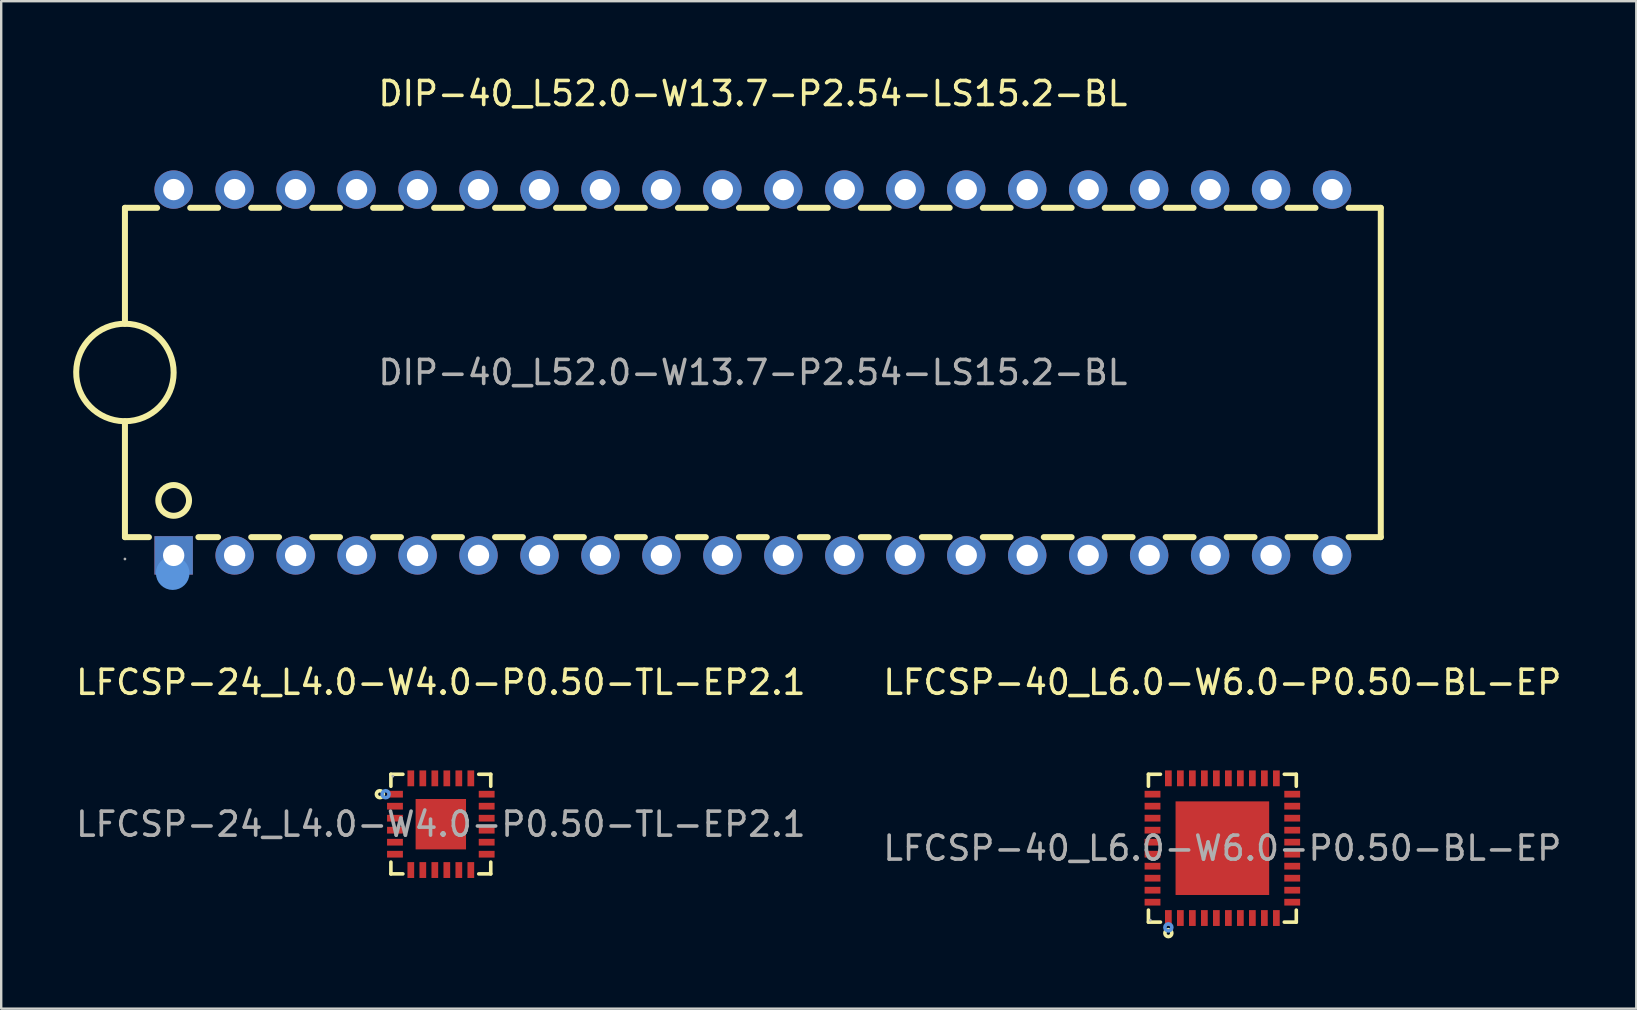
<source format=kicad_pcb>
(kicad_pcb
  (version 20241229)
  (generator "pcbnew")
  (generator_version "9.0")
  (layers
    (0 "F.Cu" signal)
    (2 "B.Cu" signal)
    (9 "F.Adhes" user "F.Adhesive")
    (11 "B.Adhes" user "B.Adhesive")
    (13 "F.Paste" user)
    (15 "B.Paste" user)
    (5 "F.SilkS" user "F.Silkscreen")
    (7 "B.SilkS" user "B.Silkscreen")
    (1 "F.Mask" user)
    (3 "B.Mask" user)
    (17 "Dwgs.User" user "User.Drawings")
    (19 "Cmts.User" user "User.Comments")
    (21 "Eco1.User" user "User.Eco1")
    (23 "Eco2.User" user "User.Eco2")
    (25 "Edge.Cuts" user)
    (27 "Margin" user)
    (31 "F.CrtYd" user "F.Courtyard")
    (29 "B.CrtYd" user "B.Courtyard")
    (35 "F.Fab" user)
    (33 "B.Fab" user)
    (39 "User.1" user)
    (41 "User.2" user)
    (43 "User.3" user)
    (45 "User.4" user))
  (footprint "LFCSP-24_L4.0-W4.0-P0.50-TL-EP2.1"
    (layer "F.Cu")
    (at 15.315 31.287)
    (property "Reference" "LFCSP-24_L4.0-W4.0-P0.50-TL-EP2.1" (at 0 -5.91 0) (layer "F.SilkS") (effects (font (size 1 1) (thickness 0.15))))
    (attr through_hole)
    (fp_line (start -2.08 -2.08) (end -2.08 -1.58) (stroke (width 0.15) (type solid)) (layer "F.SilkS"))
    (fp_line (start -2.08 2.07) (end -2.08 1.58) (stroke (width 0.15) (type solid)) (layer "F.SilkS"))
    (fp_line (start -1.58 -2.08) (end -2.08 -2.08) (stroke (width 0.15) (type solid)) (layer "F.SilkS"))
    (fp_line (start -1.58 2.07) (end -2.08 2.07) (stroke (width 0.15) (type solid)) (layer "F.SilkS"))
    (fp_line (start 1.58 -2.08) (end 2.08 -2.08) (stroke (width 0.15) (type solid)) (layer "F.SilkS"))
    (fp_line (start 1.58 2.07) (end 2.08 2.07) (stroke (width 0.15) (type solid)) (layer "F.SilkS"))
    (fp_line (start 2.08 -2.08) (end 2.08 -1.58) (stroke (width 0.15) (type solid)) (layer "F.SilkS"))
    (fp_line (start 2.08 2.07) (end 2.08 1.58) (stroke (width 0.15) (type solid)) (layer "F.SilkS"))
    (fp_circle (center -2.54 -1.25) (end -2.47 -1.25) (stroke (width 0.15) (type solid)) (fill no) (layer "F.SilkS"))
    (fp_circle (center -2.3 -1.25) (end -2.23 -1.25) (stroke (width 0.15) (type solid)) (fill no) (layer "Cmts.User"))
    (fp_circle (center -2 -2) (end -1.97 -2) (stroke (width 0.06) (type solid)) (fill no) (layer "F.Fab"))
    (fp_text user "${REFERENCE}" (at 0 0 0) (layer "F.Fab") (effects (font (size 1 1) (thickness 0.15))))
    (pad "1" smd rect (at -1.91 -1.25) (size 0.66 0.28) (layers "F.Cu" "F.Mask" "F.Paste"))
    (pad "2" smd rect (at -1.91 -0.75) (size 0.66 0.28) (layers "F.Cu" "F.Mask" "F.Paste"))
    (pad "3" smd rect (at -1.91 -0.25) (size 0.66 0.28) (layers "F.Cu" "F.Mask" "F.Paste"))
    (pad "4" smd rect (at -1.91 0.25) (size 0.66 0.28) (layers "F.Cu" "F.Mask" "F.Paste"))
    (pad "5" smd rect (at -1.91 0.75) (size 0.66 0.28) (layers "F.Cu" "F.Mask" "F.Paste"))
    (pad "6" smd rect (at -1.91 1.25) (size 0.66 0.28) (layers "F.Cu" "F.Mask" "F.Paste"))
    (pad "7" smd rect (at -1.25 1.91) (size 0.28 0.66) (layers "F.Cu" "F.Mask" "F.Paste"))
    (pad "8" smd rect (at -0.75 1.91) (size 0.28 0.66) (layers "F.Cu" "F.Mask" "F.Paste"))
    (pad "9" smd rect (at -0.25 1.91) (size 0.28 0.66) (layers "F.Cu" "F.Mask" "F.Paste"))
    (pad "10" smd rect (at 0.25 1.91) (size 0.28 0.66) (layers "F.Cu" "F.Mask" "F.Paste"))
    (pad "11" smd rect (at 0.75 1.91) (size 0.28 0.66) (layers "F.Cu" "F.Mask" "F.Paste"))
    (pad "12" smd rect (at 1.25 1.91) (size 0.28 0.66) (layers "F.Cu" "F.Mask" "F.Paste"))
    (pad "13" smd rect (at 1.91 1.25) (size 0.66 0.28) (layers "F.Cu" "F.Mask" "F.Paste"))
    (pad "14" smd rect (at 1.91 0.75) (size 0.66 0.28) (layers "F.Cu" "F.Mask" "F.Paste"))
    (pad "15" smd rect (at 1.91 0.25) (size 0.66 0.28) (layers "F.Cu" "F.Mask" "F.Paste"))
    (pad "16" smd rect (at 1.91 -0.25) (size 0.66 0.28) (layers "F.Cu" "F.Mask" "F.Paste"))
    (pad "17" smd rect (at 1.91 -0.75) (size 0.66 0.28) (layers "F.Cu" "F.Mask" "F.Paste"))
    (pad "18" smd rect (at 1.91 -1.25) (size 0.66 0.28) (layers "F.Cu" "F.Mask" "F.Paste"))
    (pad "19" smd rect (at 1.25 -1.91) (size 0.28 0.66) (layers "F.Cu" "F.Mask" "F.Paste"))
    (pad "20" smd rect (at 0.75 -1.91) (size 0.28 0.66) (layers "F.Cu" "F.Mask" "F.Paste"))
    (pad "21" smd rect (at 0.25 -1.91) (size 0.28 0.66) (layers "F.Cu" "F.Mask" "F.Paste"))
    (pad "22" smd rect (at -0.25 -1.91) (size 0.28 0.66) (layers "F.Cu" "F.Mask" "F.Paste"))
    (pad "23" smd rect (at -0.75 -1.91) (size 0.28 0.66) (layers "F.Cu" "F.Mask" "F.Paste"))
    (pad "24" smd rect (at -1.25 -1.91) (size 0.28 0.66) (layers "F.Cu" "F.Mask" "F.Paste"))
    (pad "25" smd rect (at 0 0) (size 2.1 2.1) (layers "F.Cu" "F.Mask" "F.Paste")))
  (footprint "DIP-40_L52.0-W13.7-P2.54-LS15.2-BL"
    (layer "F.Cu")
    (at 28.315 12.468)
    (property "Reference" "DIP-40_L52.0-W13.7-P2.54-LS15.2-BL" (at 0 -11.62 0) (layer "F.SilkS") (effects (font (size 1 1) (thickness 0.15))))
    (attr through_hole)
    (fp_line (start -26.16 -6.86) (end -26.16 -2.03) (stroke (width 0.25) (type solid)) (layer "F.SilkS"))
    (fp_line (start -26.16 6.86) (end -26.16 2.03) (stroke (width 0.25) (type solid)) (layer "F.SilkS"))
    (fp_line (start -26.16 6.86) (end -25.16 6.86) (stroke (width 0.25) (type solid)) (layer "F.SilkS"))
    (fp_line (start -24.82 -6.86) (end -26.16 -6.86) (stroke (width 0.25) (type solid)) (layer "F.SilkS"))
    (fp_line (start -23.1 6.86) (end -22.28 6.86) (stroke (width 0.25) (type solid)) (layer "F.SilkS"))
    (fp_line (start -22.28 -6.86) (end -23.44 -6.86) (stroke (width 0.25) (type solid)) (layer "F.SilkS"))
    (fp_line (start -20.9 6.86) (end -19.74 6.86) (stroke (width 0.25) (type solid)) (layer "F.SilkS"))
    (fp_line (start -19.74 -6.86) (end -20.9 -6.86) (stroke (width 0.25) (type solid)) (layer "F.SilkS"))
    (fp_line (start -18.36 6.86) (end -17.2 6.86) (stroke (width 0.25) (type solid)) (layer "F.SilkS"))
    (fp_line (start -17.2 -6.86) (end -18.36 -6.86) (stroke (width 0.25) (type solid)) (layer "F.SilkS"))
    (fp_line (start -15.82 6.86) (end -14.66 6.86) (stroke (width 0.25) (type solid)) (layer "F.SilkS"))
    (fp_line (start -14.66 -6.86) (end -15.82 -6.86) (stroke (width 0.25) (type solid)) (layer "F.SilkS"))
    (fp_line (start -13.28 6.86) (end -12.12 6.86) (stroke (width 0.25) (type solid)) (layer "F.SilkS"))
    (fp_line (start -12.12 -6.86) (end -13.28 -6.86) (stroke (width 0.25) (type solid)) (layer "F.SilkS"))
    (fp_line (start -10.74 6.86) (end -9.58 6.86) (stroke (width 0.25) (type solid)) (layer "F.SilkS"))
    (fp_line (start -9.58 -6.86) (end -10.74 -6.86) (stroke (width 0.25) (type solid)) (layer "F.SilkS"))
    (fp_line (start -8.2 6.86) (end -7.04 6.86) (stroke (width 0.25) (type solid)) (layer "F.SilkS"))
    (fp_line (start -7.04 -6.86) (end -8.2 -6.86) (stroke (width 0.25) (type solid)) (layer "F.SilkS"))
    (fp_line (start -5.66 6.86) (end -4.5 6.86) (stroke (width 0.25) (type solid)) (layer "F.SilkS"))
    (fp_line (start -4.5 -6.86) (end -5.66 -6.86) (stroke (width 0.25) (type solid)) (layer "F.SilkS"))
    (fp_line (start -3.12 6.86) (end -1.96 6.86) (stroke (width 0.25) (type solid)) (layer "F.SilkS"))
    (fp_line (start -1.96 -6.86) (end -3.12 -6.86) (stroke (width 0.25) (type solid)) (layer "F.SilkS"))
    (fp_line (start -0.58 6.86) (end 0.58 6.86) (stroke (width 0.25) (type solid)) (layer "F.SilkS"))
    (fp_line (start 0.58 -6.86) (end -0.58 -6.86) (stroke (width 0.25) (type solid)) (layer "F.SilkS"))
    (fp_line (start 1.96 6.86) (end 3.12 6.86) (stroke (width 0.25) (type solid)) (layer "F.SilkS"))
    (fp_line (start 3.12 -6.86) (end 1.96 -6.86) (stroke (width 0.25) (type solid)) (layer "F.SilkS"))
    (fp_line (start 4.5 6.86) (end 5.66 6.86) (stroke (width 0.25) (type solid)) (layer "F.SilkS"))
    (fp_line (start 5.66 -6.86) (end 4.5 -6.86) (stroke (width 0.25) (type solid)) (layer "F.SilkS"))
    (fp_line (start 7.04 6.86) (end 8.2 6.86) (stroke (width 0.25) (type solid)) (layer "F.SilkS"))
    (fp_line (start 8.2 -6.86) (end 7.04 -6.86) (stroke (width 0.25) (type solid)) (layer "F.SilkS"))
    (fp_line (start 9.58 6.86) (end 10.74 6.86) (stroke (width 0.25) (type solid)) (layer "F.SilkS"))
    (fp_line (start 10.74 -6.86) (end 9.58 -6.86) (stroke (width 0.25) (type solid)) (layer "F.SilkS"))
    (fp_line (start 12.12 6.86) (end 13.28 6.86) (stroke (width 0.25) (type solid)) (layer "F.SilkS"))
    (fp_line (start 13.28 -6.86) (end 12.12 -6.86) (stroke (width 0.25) (type solid)) (layer "F.SilkS"))
    (fp_line (start 14.66 6.86) (end 15.82 6.86) (stroke (width 0.25) (type solid)) (layer "F.SilkS"))
    (fp_line (start 15.82 -6.86) (end 14.66 -6.86) (stroke (width 0.25) (type solid)) (layer "F.SilkS"))
    (fp_line (start 17.2 6.86) (end 18.36 6.86) (stroke (width 0.25) (type solid)) (layer "F.SilkS"))
    (fp_line (start 18.36 -6.86) (end 17.2 -6.86) (stroke (width 0.25) (type solid)) (layer "F.SilkS"))
    (fp_line (start 19.74 6.86) (end 20.9 6.86) (stroke (width 0.25) (type solid)) (layer "F.SilkS"))
    (fp_line (start 20.9 -6.86) (end 19.74 -6.86) (stroke (width 0.25) (type solid)) (layer "F.SilkS"))
    (fp_line (start 22.28 6.86) (end 23.44 6.86) (stroke (width 0.25) (type solid)) (layer "F.SilkS"))
    (fp_line (start 23.44 -6.86) (end 22.28 -6.86) (stroke (width 0.25) (type solid)) (layer "F.SilkS"))
    (fp_line (start 24.82 6.86) (end 26.16 6.86) (stroke (width 0.25) (type solid)) (layer "F.SilkS"))
    (fp_line (start 26.16 -6.86) (end 24.82 -6.86) (stroke (width 0.25) (type solid)) (layer "F.SilkS"))
    (fp_line (start 26.16 -6.86) (end 26.16 6.86) (stroke (width 0.25) (type solid)) (layer "F.SilkS"))
    (fp_arc (start -26.195428 2.029691) (mid -26.142285 -2.029923) (end -26.16 2.03) (stroke (width 0.25) (type solid)) (layer "F.SilkS"))
    (fp_circle (center -24.13 5.33) (end -23.49 5.33) (stroke (width 0.25) (type solid)) (fill no) (layer "F.SilkS"))
    (fp_circle (center -24.17 8.36) (end -23.82 8.36) (stroke (width 0.7) (type solid)) (fill no) (layer "Cmts.User"))
    (fp_circle (center -26.16 7.77) (end -26.13 7.77) (stroke (width 0.06) (type solid)) (fill no) (layer "F.Fab"))
    (fp_text user "${REFERENCE}" (at 0 0 0) (layer "F.Fab") (effects (font (size 1 1) (thickness 0.15))))
    (pad "1" thru_hole rect (at -24.13 7.62) (size 1.6 1.6) (drill 0.889) (layers "*.Cu" "*.Paste" "*.Mask"))
    (pad "2" thru_hole circle (at -21.59 7.62) (size 1.6 1.6) (drill 0.889) (layers "*.Cu" "*.Paste" "*.Mask"))
    (pad "3" thru_hole circle (at -19.05 7.62) (size 1.6 1.6) (drill 0.889) (layers "*.Cu" "*.Paste" "*.Mask"))
    (pad "4" thru_hole circle (at -16.51 7.62) (size 1.6 1.6) (drill 0.889) (layers "*.Cu" "*.Paste" "*.Mask"))
    (pad "5" thru_hole circle (at -13.97 7.62) (size 1.6 1.6) (drill 0.889) (layers "*.Cu" "*.Paste" "*.Mask"))
    (pad "6" thru_hole circle (at -11.43 7.62) (size 1.6 1.6) (drill 0.889) (layers "*.Cu" "*.Paste" "*.Mask"))
    (pad "7" thru_hole circle (at -8.89 7.62) (size 1.6 1.6) (drill 0.889) (layers "*.Cu" "*.Paste" "*.Mask"))
    (pad "8" thru_hole circle (at -6.35 7.62) (size 1.6 1.6) (drill 0.889) (layers "*.Cu" "*.Paste" "*.Mask"))
    (pad "9" thru_hole circle (at -3.81 7.62) (size 1.6 1.6) (drill 0.889) (layers "*.Cu" "*.Paste" "*.Mask"))
    (pad "10" thru_hole circle (at -1.27 7.62) (size 1.6 1.6) (drill 0.889) (layers "*.Cu" "*.Paste" "*.Mask"))
    (pad "11" thru_hole circle (at 1.27 7.62) (size 1.6 1.6) (drill 0.889) (layers "*.Cu" "*.Paste" "*.Mask"))
    (pad "12" thru_hole circle (at 3.81 7.62) (size 1.6 1.6) (drill 0.889) (layers "*.Cu" "*.Paste" "*.Mask"))
    (pad "13" thru_hole circle (at 6.35 7.62) (size 1.6 1.6) (drill 0.889) (layers "*.Cu" "*.Paste" "*.Mask"))
    (pad "14" thru_hole circle (at 8.89 7.62) (size 1.6 1.6) (drill 0.889) (layers "*.Cu" "*.Paste" "*.Mask"))
    (pad "15" thru_hole circle (at 11.43 7.62) (size 1.6 1.6) (drill 0.889) (layers "*.Cu" "*.Paste" "*.Mask"))
    (pad "16" thru_hole circle (at 13.97 7.62) (size 1.6 1.6) (drill 0.889) (layers "*.Cu" "*.Paste" "*.Mask"))
    (pad "17" thru_hole circle (at 16.51 7.62) (size 1.6 1.6) (drill 0.889) (layers "*.Cu" "*.Paste" "*.Mask"))
    (pad "18" thru_hole circle (at 19.05 7.62) (size 1.6 1.6) (drill 0.889) (layers "*.Cu" "*.Paste" "*.Mask"))
    (pad "19" thru_hole circle (at 21.59 7.62) (size 1.6 1.6) (drill 0.889) (layers "*.Cu" "*.Paste" "*.Mask"))
    (pad "20" thru_hole circle (at 24.13 7.62) (size 1.6 1.6) (drill 0.889) (layers "*.Cu" "*.Paste" "*.Mask"))
    (pad "21" thru_hole circle (at 24.13 -7.62) (size 1.6 1.6) (drill 0.889) (layers "*.Cu" "*.Paste" "*.Mask"))
    (pad "22" thru_hole circle (at 21.59 -7.62) (size 1.6 1.6) (drill 0.889) (layers "*.Cu" "*.Paste" "*.Mask"))
    (pad "23" thru_hole circle (at 19.05 -7.62) (size 1.6 1.6) (drill 0.889) (layers "*.Cu" "*.Paste" "*.Mask"))
    (pad "24" thru_hole circle (at 16.51 -7.62) (size 1.6 1.6) (drill 0.889) (layers "*.Cu" "*.Paste" "*.Mask"))
    (pad "25" thru_hole circle (at 13.97 -7.62) (size 1.6 1.6) (drill 0.889) (layers "*.Cu" "*.Paste" "*.Mask"))
    (pad "26" thru_hole circle (at 11.43 -7.62) (size 1.6 1.6) (drill 0.889) (layers "*.Cu" "*.Paste" "*.Mask"))
    (pad "27" thru_hole circle (at 8.89 -7.62) (size 1.6 1.6) (drill 0.889) (layers "*.Cu" "*.Paste" "*.Mask"))
    (pad "28" thru_hole circle (at 6.35 -7.62) (size 1.6 1.6) (drill 0.889) (layers "*.Cu" "*.Paste" "*.Mask"))
    (pad "29" thru_hole circle (at 3.81 -7.62) (size 1.6 1.6) (drill 0.889) (layers "*.Cu" "*.Paste" "*.Mask"))
    (pad "30" thru_hole circle (at 1.27 -7.62) (size 1.6 1.6) (drill 0.889) (layers "*.Cu" "*.Paste" "*.Mask"))
    (pad "31" thru_hole circle (at -1.27 -7.62) (size 1.6 1.6) (drill 0.889) (layers "*.Cu" "*.Paste" "*.Mask"))
    (pad "32" thru_hole circle (at -3.81 -7.62) (size 1.6 1.6) (drill 0.889) (layers "*.Cu" "*.Paste" "*.Mask"))
    (pad "33" thru_hole circle (at -6.35 -7.62) (size 1.6 1.6) (drill 0.889) (layers "*.Cu" "*.Paste" "*.Mask"))
    (pad "34" thru_hole circle (at -8.89 -7.62) (size 1.6 1.6) (drill 0.889) (layers "*.Cu" "*.Paste" "*.Mask"))
    (pad "35" thru_hole circle (at -11.43 -7.62) (size 1.6 1.6) (drill 0.889) (layers "*.Cu" "*.Paste" "*.Mask"))
    (pad "36" thru_hole circle (at -13.97 -7.62) (size 1.6 1.6) (drill 0.889) (layers "*.Cu" "*.Paste" "*.Mask"))
    (pad "37" thru_hole circle (at -16.51 -7.62) (size 1.6 1.6) (drill 0.889) (layers "*.Cu" "*.Paste" "*.Mask"))
    (pad "38" thru_hole circle (at -19.05 -7.62) (size 1.6 1.6) (drill 0.889) (layers "*.Cu" "*.Paste" "*.Mask"))
    (pad "39" thru_hole circle (at -21.59 -7.62) (size 1.6 1.6) (drill 0.889) (layers "*.Cu" "*.Paste" "*.Mask"))
    (pad "40" thru_hole circle (at -24.13 -7.62) (size 1.6 1.6) (drill 0.889) (layers "*.Cu" "*.Paste" "*.Mask")))
  (footprint "LFCSP-40_L6.0-W6.0-P0.50-BL-EP"
    (layer "F.Cu")
    (at 47.875 32.286)
    (property "Reference" "LFCSP-40_L6.0-W6.0-P0.50-BL-EP" (at 0 -6.91 0) (layer "F.SilkS") (effects (font (size 1 1) (thickness 0.15))))
    (attr through_hole)
    (fp_line (start -3.08 -3.08) (end -2.58 -3.08) (stroke (width 0.15) (type solid)) (layer "F.SilkS"))
    (fp_line (start -3.08 -2.58) (end -3.08 -3.08) (stroke (width 0.15) (type solid)) (layer "F.SilkS"))
    (fp_line (start -3.08 2.58) (end -3.08 3.08) (stroke (width 0.15) (type solid)) (layer "F.SilkS"))
    (fp_line (start -3.08 3.08) (end -2.58 3.08) (stroke (width 0.15) (type solid)) (layer "F.SilkS"))
    (fp_line (start 3.08 -3.08) (end 2.58 -3.08) (stroke (width 0.15) (type solid)) (layer "F.SilkS"))
    (fp_line (start 3.08 -2.58) (end 3.08 -3.08) (stroke (width 0.15) (type solid)) (layer "F.SilkS"))
    (fp_line (start 3.08 2.58) (end 3.08 3.08) (stroke (width 0.15) (type solid)) (layer "F.SilkS"))
    (fp_line (start 3.08 3.08) (end 2.58 3.08) (stroke (width 0.15) (type solid)) (layer "F.SilkS"))
    (fp_circle (center -2.25 3.54) (end -2.18 3.54) (stroke (width 0.15) (type solid)) (fill no) (layer "F.SilkS"))
    (fp_circle (center -2.25 3.3) (end -2.18 3.3) (stroke (width 0.15) (type solid)) (fill no) (layer "Cmts.User"))
    (fp_circle (center -3 3) (end -2.97 3) (stroke (width 0.06) (type solid)) (fill no) (layer "F.Fab"))
    (fp_text user "${REFERENCE}" (at 0 0 0) (layer "F.Fab") (effects (font (size 1 1) (thickness 0.15))))
    (pad "1" smd rect (at -2.25 2.91) (size 0.28 0.66) (layers "F.Cu" "F.Mask" "F.Paste"))
    (pad "2" smd rect (at -1.75 2.91) (size 0.28 0.66) (layers "F.Cu" "F.Mask" "F.Paste"))
    (pad "3" smd rect (at -1.25 2.91) (size 0.28 0.66) (layers "F.Cu" "F.Mask" "F.Paste"))
    (pad "4" smd rect (at -0.75 2.91) (size 0.28 0.66) (layers "F.Cu" "F.Mask" "F.Paste"))
    (pad "5" smd rect (at -0.25 2.91) (size 0.28 0.66) (layers "F.Cu" "F.Mask" "F.Paste"))
    (pad "6" smd rect (at 0.25 2.91) (size 0.28 0.66) (layers "F.Cu" "F.Mask" "F.Paste"))
    (pad "7" smd rect (at 0.75 2.91) (size 0.28 0.66) (layers "F.Cu" "F.Mask" "F.Paste"))
    (pad "8" smd rect (at 1.25 2.91) (size 0.28 0.66) (layers "F.Cu" "F.Mask" "F.Paste"))
    (pad "9" smd rect (at 1.75 2.91) (size 0.28 0.66) (layers "F.Cu" "F.Mask" "F.Paste"))
    (pad "10" smd rect (at 2.25 2.91) (size 0.28 0.66) (layers "F.Cu" "F.Mask" "F.Paste"))
    (pad "11" smd rect (at 2.91 2.25) (size 0.66 0.28) (layers "F.Cu" "F.Mask" "F.Paste"))
    (pad "12" smd rect (at 2.91 1.75) (size 0.66 0.28) (layers "F.Cu" "F.Mask" "F.Paste"))
    (pad "13" smd rect (at 2.91 1.25) (size 0.66 0.28) (layers "F.Cu" "F.Mask" "F.Paste"))
    (pad "14" smd rect (at 2.91 0.75) (size 0.66 0.28) (layers "F.Cu" "F.Mask" "F.Paste"))
    (pad "15" smd rect (at 2.91 0.25) (size 0.66 0.28) (layers "F.Cu" "F.Mask" "F.Paste"))
    (pad "16" smd rect (at 2.91 -0.25) (size 0.66 0.28) (layers "F.Cu" "F.Mask" "F.Paste"))
    (pad "17" smd rect (at 2.91 -0.75) (size 0.66 0.28) (layers "F.Cu" "F.Mask" "F.Paste"))
    (pad "18" smd rect (at 2.91 -1.25) (size 0.66 0.28) (layers "F.Cu" "F.Mask" "F.Paste"))
    (pad "19" smd rect (at 2.91 -1.75) (size 0.66 0.28) (layers "F.Cu" "F.Mask" "F.Paste"))
    (pad "20" smd rect (at 2.91 -2.25) (size 0.66 0.28) (layers "F.Cu" "F.Mask" "F.Paste"))
    (pad "21" smd rect (at 2.25 -2.91) (size 0.28 0.66) (layers "F.Cu" "F.Mask" "F.Paste"))
    (pad "22" smd rect (at 1.75 -2.91) (size 0.28 0.66) (layers "F.Cu" "F.Mask" "F.Paste"))
    (pad "23" smd rect (at 1.25 -2.91) (size 0.28 0.66) (layers "F.Cu" "F.Mask" "F.Paste"))
    (pad "24" smd rect (at 0.75 -2.91) (size 0.28 0.66) (layers "F.Cu" "F.Mask" "F.Paste"))
    (pad "25" smd rect (at 0.25 -2.91) (size 0.28 0.66) (layers "F.Cu" "F.Mask" "F.Paste"))
    (pad "26" smd rect (at -0.25 -2.91) (size 0.28 0.66) (layers "F.Cu" "F.Mask" "F.Paste"))
    (pad "27" smd rect (at -0.75 -2.91) (size 0.28 0.66) (layers "F.Cu" "F.Mask" "F.Paste"))
    (pad "28" smd rect (at -1.25 -2.91) (size 0.28 0.66) (layers "F.Cu" "F.Mask" "F.Paste"))
    (pad "29" smd rect (at -1.75 -2.91) (size 0.28 0.66) (layers "F.Cu" "F.Mask" "F.Paste"))
    (pad "30" smd rect (at -2.25 -2.91) (size 0.28 0.66) (layers "F.Cu" "F.Mask" "F.Paste"))
    (pad "31" smd rect (at -2.91 -2.25) (size 0.66 0.28) (layers "F.Cu" "F.Mask" "F.Paste"))
    (pad "32" smd rect (at -2.91 -1.75) (size 0.66 0.28) (layers "F.Cu" "F.Mask" "F.Paste"))
    (pad "33" smd rect (at -2.91 -1.25) (size 0.66 0.28) (layers "F.Cu" "F.Mask" "F.Paste"))
    (pad "34" smd rect (at -2.91 -0.75) (size 0.66 0.28) (layers "F.Cu" "F.Mask" "F.Paste"))
    (pad "35" smd rect (at -2.91 -0.25) (size 0.66 0.28) (layers "F.Cu" "F.Mask" "F.Paste"))
    (pad "36" smd rect (at -2.91 0.25) (size 0.66 0.28) (layers "F.Cu" "F.Mask" "F.Paste"))
    (pad "37" smd rect (at -2.91 0.75) (size 0.66 0.28) (layers "F.Cu" "F.Mask" "F.Paste"))
    (pad "38" smd rect (at -2.91 1.25) (size 0.66 0.28) (layers "F.Cu" "F.Mask" "F.Paste"))
    (pad "39" smd rect (at -2.91 1.75) (size 0.66 0.28) (layers "F.Cu" "F.Mask" "F.Paste"))
    (pad "40" smd rect (at -2.91 2.25) (size 0.66 0.28) (layers "F.Cu" "F.Mask" "F.Paste"))
    (pad "41" smd rect (at 0 0) (size 3.9 3.9) (layers "F.Cu" "F.Mask" "F.Paste")))
  (gr_rect
    (start -3 -3)
    (end 65.119 38.971)
    (stroke (width 0.1) (type default))
    (fill no)
    (layer "Edge.Cuts")))
</source>
